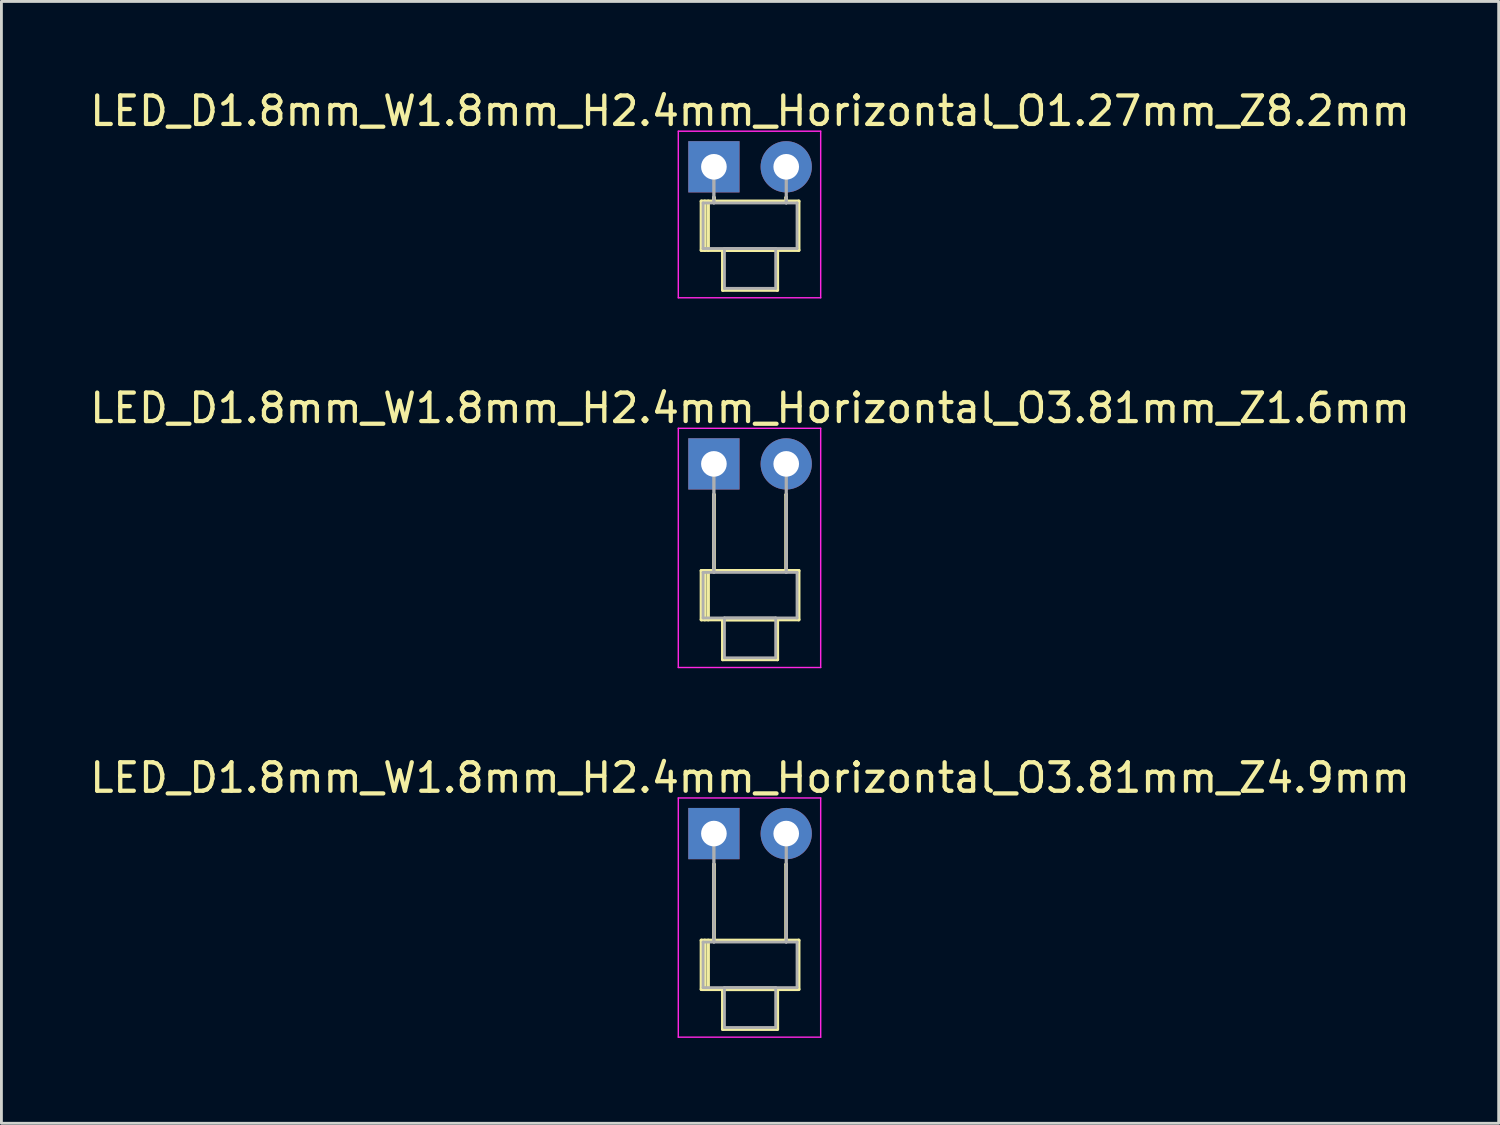
<source format=kicad_pcb>
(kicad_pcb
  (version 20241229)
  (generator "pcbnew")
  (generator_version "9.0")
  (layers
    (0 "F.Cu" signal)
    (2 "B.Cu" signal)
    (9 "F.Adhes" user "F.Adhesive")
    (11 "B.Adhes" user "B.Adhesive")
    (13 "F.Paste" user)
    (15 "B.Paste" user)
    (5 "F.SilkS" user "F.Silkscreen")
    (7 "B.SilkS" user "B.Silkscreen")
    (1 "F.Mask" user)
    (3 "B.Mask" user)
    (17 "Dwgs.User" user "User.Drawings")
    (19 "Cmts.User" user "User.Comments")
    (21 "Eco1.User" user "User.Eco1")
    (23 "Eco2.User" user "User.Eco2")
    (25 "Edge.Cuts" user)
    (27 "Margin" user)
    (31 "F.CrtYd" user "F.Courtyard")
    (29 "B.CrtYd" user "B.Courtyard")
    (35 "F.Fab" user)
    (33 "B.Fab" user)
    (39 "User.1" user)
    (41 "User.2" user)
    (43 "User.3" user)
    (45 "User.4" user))
  (footprint "LED_D1.8mm_W1.8mm_H2.4mm_Horizontal_O3.81mm_Z1.6mm"
    (layer "F.Cu")
    (at 22.022 13.242)
    (property "Reference" "LED_D1.8mm_W1.8mm_H2.4mm_Horizontal_O3.81mm_Z1.6mm" (at 1.27 -1.96 0) (layer "F.SilkS") (effects (font (size 1 1) (thickness 0.15))))
    (attr through_hole)
    (fp_line (start -0.44 3.75) (end -0.44 5.47) (stroke (width 0.12) (type solid)) (layer "F.SilkS"))
    (fp_line (start -0.44 5.47) (end 2.98 5.47) (stroke (width 0.12) (type solid)) (layer "F.SilkS"))
    (fp_line (start -0.32 3.75) (end -0.32 5.47) (stroke (width 0.12) (type solid)) (layer "F.SilkS"))
    (fp_line (start -0.2 3.75) (end -0.2 5.47) (stroke (width 0.12) (type solid)) (layer "F.SilkS"))
    (fp_line (start 0 1.08) (end 0 1.08) (stroke (width 0.12) (type solid)) (layer "F.SilkS"))
    (fp_line (start 0 1.08) (end 0 3.75) (stroke (width 0.12) (type solid)) (layer "F.SilkS"))
    (fp_line (start 0 3.75) (end 0 1.08) (stroke (width 0.12) (type solid)) (layer "F.SilkS"))
    (fp_line (start 0 3.75) (end 0 3.75) (stroke (width 0.12) (type solid)) (layer "F.SilkS"))
    (fp_line (start 0.31 5.47) (end 0.31 6.87) (stroke (width 0.12) (type solid)) (layer "F.SilkS"))
    (fp_line (start 0.31 6.87) (end 2.23 6.87) (stroke (width 0.12) (type solid)) (layer "F.SilkS"))
    (fp_line (start 2.23 5.47) (end 0.31 5.47) (stroke (width 0.12) (type solid)) (layer "F.SilkS"))
    (fp_line (start 2.23 6.87) (end 2.23 5.47) (stroke (width 0.12) (type solid)) (layer "F.SilkS"))
    (fp_line (start 2.54 1.08) (end 2.54 1.08) (stroke (width 0.12) (type solid)) (layer "F.SilkS"))
    (fp_line (start 2.54 1.08) (end 2.54 3.75) (stroke (width 0.12) (type solid)) (layer "F.SilkS"))
    (fp_line (start 2.54 3.75) (end 2.54 1.08) (stroke (width 0.12) (type solid)) (layer "F.SilkS"))
    (fp_line (start 2.54 3.75) (end 2.54 3.75) (stroke (width 0.12) (type solid)) (layer "F.SilkS"))
    (fp_line (start 2.98 3.75) (end -0.44 3.75) (stroke (width 0.12) (type solid)) (layer "F.SilkS"))
    (fp_line (start 2.98 5.47) (end 2.98 3.75) (stroke (width 0.12) (type solid)) (layer "F.SilkS"))
    (fp_line (start -1.25 -1.25) (end -1.25 7.15) (stroke (width 0.05) (type solid)) (layer "F.CrtYd"))
    (fp_line (start -1.25 7.15) (end 3.75 7.15) (stroke (width 0.05) (type solid)) (layer "F.CrtYd"))
    (fp_line (start 3.75 -1.25) (end -1.25 -1.25) (stroke (width 0.05) (type solid)) (layer "F.CrtYd"))
    (fp_line (start 3.75 7.15) (end 3.75 -1.25) (stroke (width 0.05) (type solid)) (layer "F.CrtYd"))
    (fp_line (start -0.38 3.81) (end -0.38 5.41) (stroke (width 0.1) (type solid)) (layer "F.Fab"))
    (fp_line (start -0.38 5.41) (end 2.92 5.41) (stroke (width 0.1) (type solid)) (layer "F.Fab"))
    (fp_line (start 0 0) (end 0 0) (stroke (width 0.1) (type solid)) (layer "F.Fab"))
    (fp_line (start 0 0) (end 0 3.81) (stroke (width 0.1) (type solid)) (layer "F.Fab"))
    (fp_line (start 0 3.81) (end 0 0) (stroke (width 0.1) (type solid)) (layer "F.Fab"))
    (fp_line (start 0 3.81) (end 0 3.81) (stroke (width 0.1) (type solid)) (layer "F.Fab"))
    (fp_line (start 0.37 5.41) (end 0.37 6.81) (stroke (width 0.1) (type solid)) (layer "F.Fab"))
    (fp_line (start 0.37 6.81) (end 2.17 6.81) (stroke (width 0.1) (type solid)) (layer "F.Fab"))
    (fp_line (start 2.17 5.41) (end 0.37 5.41) (stroke (width 0.1) (type solid)) (layer "F.Fab"))
    (fp_line (start 2.17 6.81) (end 2.17 5.41) (stroke (width 0.1) (type solid)) (layer "F.Fab"))
    (fp_line (start 2.54 0) (end 2.54 0) (stroke (width 0.1) (type solid)) (layer "F.Fab"))
    (fp_line (start 2.54 0) (end 2.54 3.81) (stroke (width 0.1) (type solid)) (layer "F.Fab"))
    (fp_line (start 2.54 3.81) (end 2.54 0) (stroke (width 0.1) (type solid)) (layer "F.Fab"))
    (fp_line (start 2.54 3.81) (end 2.54 3.81) (stroke (width 0.1) (type solid)) (layer "F.Fab"))
    (fp_line (start 2.92 3.81) (end -0.38 3.81) (stroke (width 0.1) (type solid)) (layer "F.Fab"))
    (fp_line (start 2.92 5.41) (end 2.92 3.81) (stroke (width 0.1) (type solid)) (layer "F.Fab"))
    (pad "1" thru_hole rect (at 0 0) (size 1.8 1.8) (drill 0.9) (layers "*.Cu" "*.Mask"))
    (pad "2" thru_hole circle (at 2.54 0) (size 1.8 1.8) (drill 0.9) (layers "*.Cu" "*.Mask")))
  (footprint "LED_D1.8mm_W1.8mm_H2.4mm_Horizontal_O1.27mm_Z8.2mm"
    (layer "F.Cu")
    (at 22.022 2.808)
    (property "Reference" "LED_D1.8mm_W1.8mm_H2.4mm_Horizontal_O1.27mm_Z8.2mm" (at 1.27 -1.96 0) (layer "F.SilkS") (effects (font (size 1 1) (thickness 0.15))))
    (attr through_hole)
    (fp_line (start -0.44 1.21) (end -0.44 2.93) (stroke (width 0.12) (type solid)) (layer "F.SilkS"))
    (fp_line (start -0.44 2.93) (end 2.98 2.93) (stroke (width 0.12) (type solid)) (layer "F.SilkS"))
    (fp_line (start -0.32 1.21) (end -0.32 2.93) (stroke (width 0.12) (type solid)) (layer "F.SilkS"))
    (fp_line (start -0.2 1.21) (end -0.2 2.93) (stroke (width 0.12) (type solid)) (layer "F.SilkS"))
    (fp_line (start 0 1.08) (end 0 1.08) (stroke (width 0.12) (type solid)) (layer "F.SilkS"))
    (fp_line (start 0 1.08) (end 0 1.21) (stroke (width 0.12) (type solid)) (layer "F.SilkS"))
    (fp_line (start 0 1.21) (end 0 1.08) (stroke (width 0.12) (type solid)) (layer "F.SilkS"))
    (fp_line (start 0 1.21) (end 0 1.21) (stroke (width 0.12) (type solid)) (layer "F.SilkS"))
    (fp_line (start 0.31 2.93) (end 0.31 4.33) (stroke (width 0.12) (type solid)) (layer "F.SilkS"))
    (fp_line (start 0.31 4.33) (end 2.23 4.33) (stroke (width 0.12) (type solid)) (layer "F.SilkS"))
    (fp_line (start 2.23 2.93) (end 0.31 2.93) (stroke (width 0.12) (type solid)) (layer "F.SilkS"))
    (fp_line (start 2.23 4.33) (end 2.23 2.93) (stroke (width 0.12) (type solid)) (layer "F.SilkS"))
    (fp_line (start 2.54 1.08) (end 2.54 1.08) (stroke (width 0.12) (type solid)) (layer "F.SilkS"))
    (fp_line (start 2.54 1.08) (end 2.54 1.21) (stroke (width 0.12) (type solid)) (layer "F.SilkS"))
    (fp_line (start 2.54 1.21) (end 2.54 1.08) (stroke (width 0.12) (type solid)) (layer "F.SilkS"))
    (fp_line (start 2.54 1.21) (end 2.54 1.21) (stroke (width 0.12) (type solid)) (layer "F.SilkS"))
    (fp_line (start 2.98 1.21) (end -0.44 1.21) (stroke (width 0.12) (type solid)) (layer "F.SilkS"))
    (fp_line (start 2.98 2.93) (end 2.98 1.21) (stroke (width 0.12) (type solid)) (layer "F.SilkS"))
    (fp_line (start -1.25 -1.25) (end -1.25 4.6) (stroke (width 0.05) (type solid)) (layer "F.CrtYd"))
    (fp_line (start -1.25 4.6) (end 3.75 4.6) (stroke (width 0.05) (type solid)) (layer "F.CrtYd"))
    (fp_line (start 3.75 -1.25) (end -1.25 -1.25) (stroke (width 0.05) (type solid)) (layer "F.CrtYd"))
    (fp_line (start 3.75 4.6) (end 3.75 -1.25) (stroke (width 0.05) (type solid)) (layer "F.CrtYd"))
    (fp_line (start -0.38 1.27) (end -0.38 2.87) (stroke (width 0.1) (type solid)) (layer "F.Fab"))
    (fp_line (start -0.38 2.87) (end 2.92 2.87) (stroke (width 0.1) (type solid)) (layer "F.Fab"))
    (fp_line (start 0 0) (end 0 0) (stroke (width 0.1) (type solid)) (layer "F.Fab"))
    (fp_line (start 0 0) (end 0 1.27) (stroke (width 0.1) (type solid)) (layer "F.Fab"))
    (fp_line (start 0 1.27) (end 0 0) (stroke (width 0.1) (type solid)) (layer "F.Fab"))
    (fp_line (start 0 1.27) (end 0 1.27) (stroke (width 0.1) (type solid)) (layer "F.Fab"))
    (fp_line (start 0.37 2.87) (end 0.37 4.27) (stroke (width 0.1) (type solid)) (layer "F.Fab"))
    (fp_line (start 0.37 4.27) (end 2.17 4.27) (stroke (width 0.1) (type solid)) (layer "F.Fab"))
    (fp_line (start 2.17 2.87) (end 0.37 2.87) (stroke (width 0.1) (type solid)) (layer "F.Fab"))
    (fp_line (start 2.17 4.27) (end 2.17 2.87) (stroke (width 0.1) (type solid)) (layer "F.Fab"))
    (fp_line (start 2.54 0) (end 2.54 0) (stroke (width 0.1) (type solid)) (layer "F.Fab"))
    (fp_line (start 2.54 0) (end 2.54 1.27) (stroke (width 0.1) (type solid)) (layer "F.Fab"))
    (fp_line (start 2.54 1.27) (end 2.54 0) (stroke (width 0.1) (type solid)) (layer "F.Fab"))
    (fp_line (start 2.54 1.27) (end 2.54 1.27) (stroke (width 0.1) (type solid)) (layer "F.Fab"))
    (fp_line (start 2.92 1.27) (end -0.38 1.27) (stroke (width 0.1) (type solid)) (layer "F.Fab"))
    (fp_line (start 2.92 2.87) (end 2.92 1.27) (stroke (width 0.1) (type solid)) (layer "F.Fab"))
    (pad "1" thru_hole rect (at 0 0) (size 1.8 1.8) (drill 0.9) (layers "*.Cu" "*.Mask"))
    (pad "2" thru_hole circle (at 2.54 0) (size 1.8 1.8) (drill 0.9) (layers "*.Cu" "*.Mask")))
  (footprint "LED_D1.8mm_W1.8mm_H2.4mm_Horizontal_O3.81mm_Z4.9mm"
    (layer "F.Cu")
    (at 22.022 26.225)
    (property "Reference" "LED_D1.8mm_W1.8mm_H2.4mm_Horizontal_O3.81mm_Z4.9mm" (at 1.27 -1.96 0) (layer "F.SilkS") (effects (font (size 1 1) (thickness 0.15))))
    (attr through_hole)
    (fp_line (start -0.44 3.75) (end -0.44 5.47) (stroke (width 0.12) (type solid)) (layer "F.SilkS"))
    (fp_line (start -0.44 5.47) (end 2.98 5.47) (stroke (width 0.12) (type solid)) (layer "F.SilkS"))
    (fp_line (start -0.32 3.75) (end -0.32 5.47) (stroke (width 0.12) (type solid)) (layer "F.SilkS"))
    (fp_line (start -0.2 3.75) (end -0.2 5.47) (stroke (width 0.12) (type solid)) (layer "F.SilkS"))
    (fp_line (start 0 1.08) (end 0 1.08) (stroke (width 0.12) (type solid)) (layer "F.SilkS"))
    (fp_line (start 0 1.08) (end 0 3.75) (stroke (width 0.12) (type solid)) (layer "F.SilkS"))
    (fp_line (start 0 3.75) (end 0 1.08) (stroke (width 0.12) (type solid)) (layer "F.SilkS"))
    (fp_line (start 0 3.75) (end 0 3.75) (stroke (width 0.12) (type solid)) (layer "F.SilkS"))
    (fp_line (start 0.31 5.47) (end 0.31 6.87) (stroke (width 0.12) (type solid)) (layer "F.SilkS"))
    (fp_line (start 0.31 6.87) (end 2.23 6.87) (stroke (width 0.12) (type solid)) (layer "F.SilkS"))
    (fp_line (start 2.23 5.47) (end 0.31 5.47) (stroke (width 0.12) (type solid)) (layer "F.SilkS"))
    (fp_line (start 2.23 6.87) (end 2.23 5.47) (stroke (width 0.12) (type solid)) (layer "F.SilkS"))
    (fp_line (start 2.54 1.08) (end 2.54 1.08) (stroke (width 0.12) (type solid)) (layer "F.SilkS"))
    (fp_line (start 2.54 1.08) (end 2.54 3.75) (stroke (width 0.12) (type solid)) (layer "F.SilkS"))
    (fp_line (start 2.54 3.75) (end 2.54 1.08) (stroke (width 0.12) (type solid)) (layer "F.SilkS"))
    (fp_line (start 2.54 3.75) (end 2.54 3.75) (stroke (width 0.12) (type solid)) (layer "F.SilkS"))
    (fp_line (start 2.98 3.75) (end -0.44 3.75) (stroke (width 0.12) (type solid)) (layer "F.SilkS"))
    (fp_line (start 2.98 5.47) (end 2.98 3.75) (stroke (width 0.12) (type solid)) (layer "F.SilkS"))
    (fp_line (start -1.25 -1.25) (end -1.25 7.15) (stroke (width 0.05) (type solid)) (layer "F.CrtYd"))
    (fp_line (start -1.25 7.15) (end 3.75 7.15) (stroke (width 0.05) (type solid)) (layer "F.CrtYd"))
    (fp_line (start 3.75 -1.25) (end -1.25 -1.25) (stroke (width 0.05) (type solid)) (layer "F.CrtYd"))
    (fp_line (start 3.75 7.15) (end 3.75 -1.25) (stroke (width 0.05) (type solid)) (layer "F.CrtYd"))
    (fp_line (start -0.38 3.81) (end -0.38 5.41) (stroke (width 0.1) (type solid)) (layer "F.Fab"))
    (fp_line (start -0.38 5.41) (end 2.92 5.41) (stroke (width 0.1) (type solid)) (layer "F.Fab"))
    (fp_line (start 0 0) (end 0 0) (stroke (width 0.1) (type solid)) (layer "F.Fab"))
    (fp_line (start 0 0) (end 0 3.81) (stroke (width 0.1) (type solid)) (layer "F.Fab"))
    (fp_line (start 0 3.81) (end 0 0) (stroke (width 0.1) (type solid)) (layer "F.Fab"))
    (fp_line (start 0 3.81) (end 0 3.81) (stroke (width 0.1) (type solid)) (layer "F.Fab"))
    (fp_line (start 0.37 5.41) (end 0.37 6.81) (stroke (width 0.1) (type solid)) (layer "F.Fab"))
    (fp_line (start 0.37 6.81) (end 2.17 6.81) (stroke (width 0.1) (type solid)) (layer "F.Fab"))
    (fp_line (start 2.17 5.41) (end 0.37 5.41) (stroke (width 0.1) (type solid)) (layer "F.Fab"))
    (fp_line (start 2.17 6.81) (end 2.17 5.41) (stroke (width 0.1) (type solid)) (layer "F.Fab"))
    (fp_line (start 2.54 0) (end 2.54 0) (stroke (width 0.1) (type solid)) (layer "F.Fab"))
    (fp_line (start 2.54 0) (end 2.54 3.81) (stroke (width 0.1) (type solid)) (layer "F.Fab"))
    (fp_line (start 2.54 3.81) (end 2.54 0) (stroke (width 0.1) (type solid)) (layer "F.Fab"))
    (fp_line (start 2.54 3.81) (end 2.54 3.81) (stroke (width 0.1) (type solid)) (layer "F.Fab"))
    (fp_line (start 2.92 3.81) (end -0.38 3.81) (stroke (width 0.1) (type solid)) (layer "F.Fab"))
    (fp_line (start 2.92 5.41) (end 2.92 3.81) (stroke (width 0.1) (type solid)) (layer "F.Fab"))
    (pad "1" thru_hole rect (at 0 0) (size 1.8 1.8) (drill 0.9) (layers "*.Cu" "*.Mask"))
    (pad "2" thru_hole circle (at 2.54 0) (size 1.8 1.8) (drill 0.9) (layers "*.Cu" "*.Mask")))
  (gr_rect
    (start -3 -3)
    (end 49.583 36.4)
    (stroke (width 0.1) (type default))
    (fill no)
    (layer "Edge.Cuts")))
</source>
